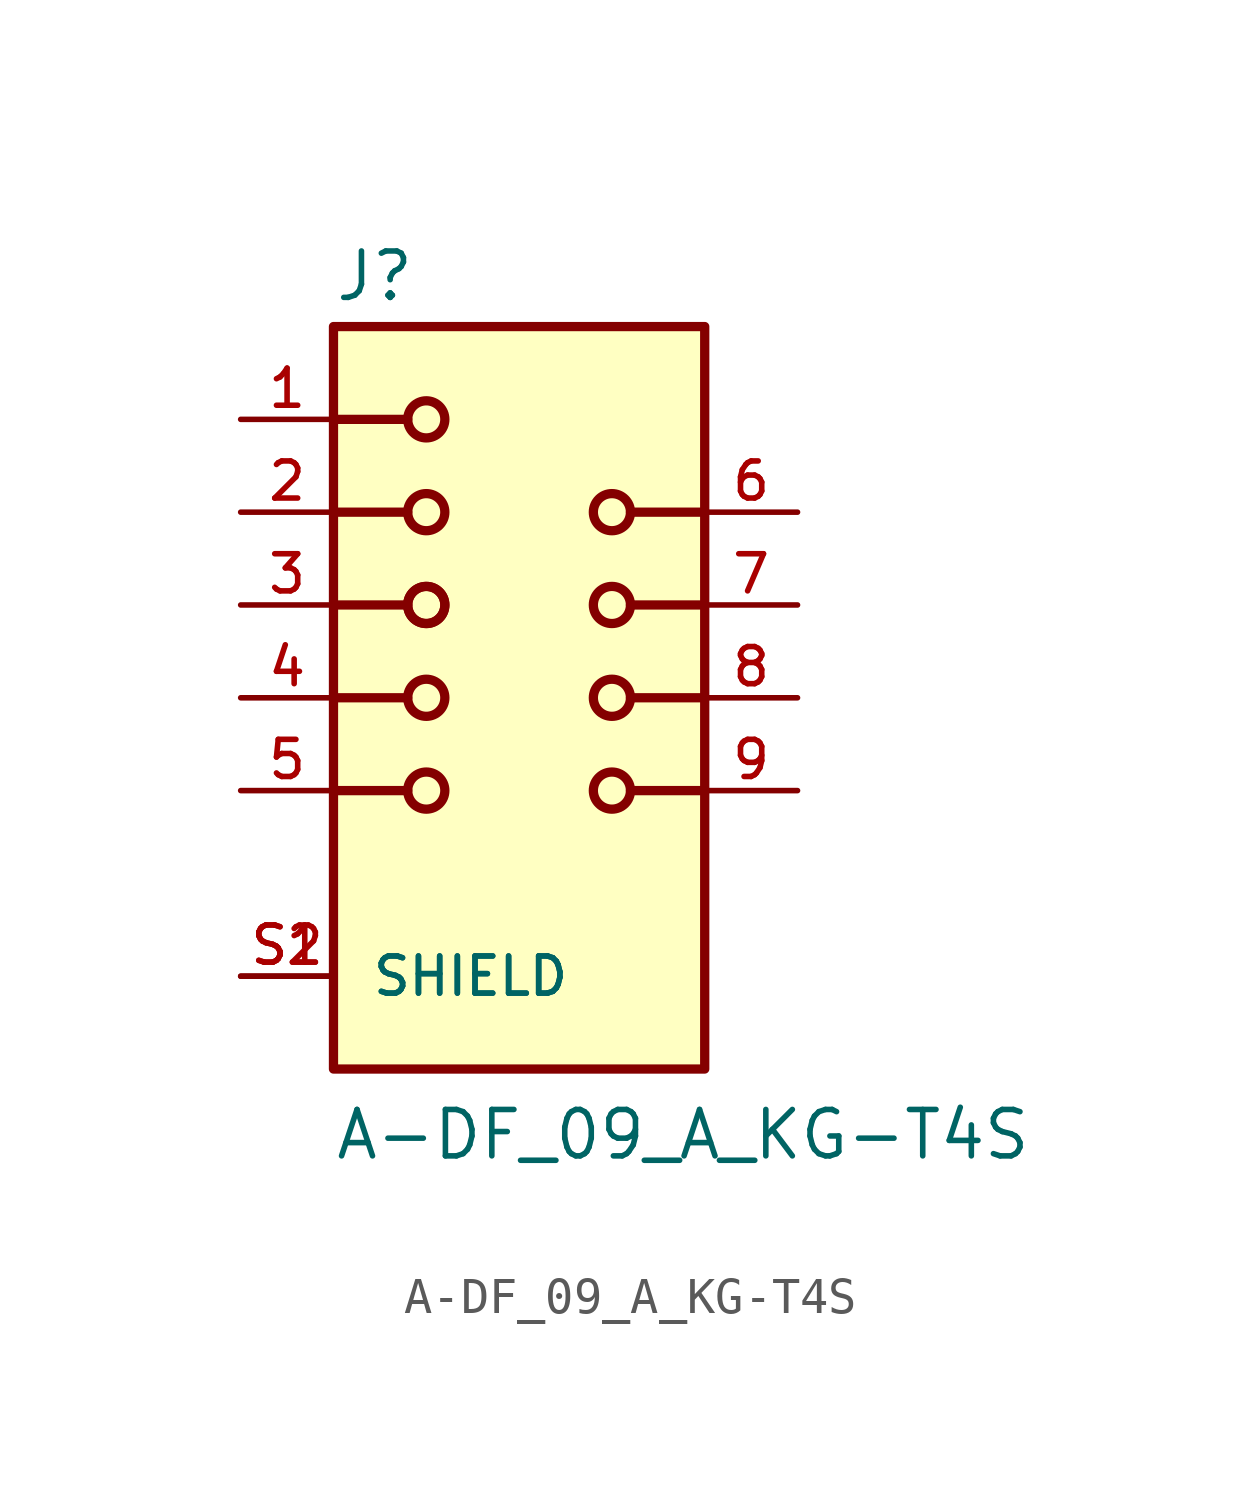
<source format=kicad_sym>
(kicad_symbol_lib
  (version 20211014)
  (generator kicad_symbol_editor)
  (symbol "A-DF_09_A_KG-T4S"
    (pin_names
      (offset 1.016))
    (property "Reference" "J"
      (at -5.08 10.795 0)
      (effects (font (size 1.27 1.27)) (justify bottom left)))
    (property "Value" "A-DF_09_A_KG-T4S"
      (at -5.08 -12.7 0)
      (effects (font (size 1.27 1.27)) (justify bottom left)))
    (symbol "A-DF_09_A_KG-T4S_0_0"
      (circle (center -2.54 7.62) (radius 0.508) (stroke (width 0.254)) (fill (type none)))
      (polyline (pts (xy -5.08 7.62) (xy -3.048 7.62)) (stroke (width 0.254)))
      (circle (center -2.54 5.08) (radius 0.508) (stroke (width 0.254)) (fill (type none)))
      (circle (center -2.54 2.54) (radius 0.508) (stroke (width 0.254)) (fill (type none)))
      (circle (center -2.54 0.0) (radius 0.508) (stroke (width 0.254)) (fill (type none)))
      (circle (center -2.54 -2.54) (radius 0.508) (stroke (width 0.254)) (fill (type none)))
      (circle (center 2.54 5.08) (radius 0.508) (stroke (width 0.254)) (fill (type none)))
      (circle (center 2.54 2.54) (radius 0.508) (stroke (width 0.254)) (fill (type none)))
      (circle (center 2.54 0.0) (radius 0.508) (stroke (width 0.254)) (fill (type none)))
      (circle (center 2.54 -2.54) (radius 0.508) (stroke (width 0.254)) (fill (type none)))
      (polyline (pts (xy -5.08 5.08) (xy -3.048 5.08)) (stroke (width 0.254)))
      (polyline (pts (xy -5.08 2.54) (xy -3.048 2.54)) (stroke (width 0.254)))
      (circle (center -2.54 2.54) (radius 0.508) (stroke (width 0.254)) (fill (type none)))
      (polyline (pts (xy -5.08 0.0) (xy -3.048 0.0)) (stroke (width 0.254)))
      (polyline (pts (xy -5.08 -2.54) (xy -3.048 -2.54)) (stroke (width 0.254)))
      (polyline (pts (xy 5.08 5.08) (xy 3.048 5.08)) (stroke (width 0.254)))
      (polyline (pts (xy 5.08 2.54) (xy 3.048 2.54)) (stroke (width 0.254)))
      (polyline (pts (xy 5.08 0.0) (xy 3.048 0.0)) (stroke (width 0.254)))
      (polyline (pts (xy 5.08 -2.54) (xy 3.048 -2.54)) (stroke (width 0.254)))
      (rectangle (start -5.08 -10.16) (end 5.08 10.16) (stroke (width 0.254)) (fill (type background)))
      (pin passive line (at -7.62 7.62 0) (length 2.54) (name "~" (effects (font (size 1.016 1.016)))) (number "1" (effects (font (size 1.016 1.016)))))
      (pin passive line (at -7.62 5.08 0) (length 2.54) (name "~" (effects (font (size 1.016 1.016)))) (number "2" (effects (font (size 1.016 1.016)))))
      (pin passive line (at -7.62 2.54 0) (length 2.54) (name "~" (effects (font (size 1.016 1.016)))) (number "3" (effects (font (size 1.016 1.016)))))
      (pin passive line (at -7.62 0.0 0) (length 2.54) (name "~" (effects (font (size 1.016 1.016)))) (number "4" (effects (font (size 1.016 1.016)))))
      (pin passive line (at -7.62 -2.54 0) (length 2.54) (name "~" (effects (font (size 1.016 1.016)))) (number "5" (effects (font (size 1.016 1.016)))))
      (pin passive line (at 7.62 5.08 180.0) (length 2.54) (name "~" (effects (font (size 1.016 1.016)))) (number "6" (effects (font (size 1.016 1.016)))))
      (pin passive line (at 7.62 2.54 180.0) (length 2.54) (name "~" (effects (font (size 1.016 1.016)))) (number "7" (effects (font (size 1.016 1.016)))))
      (pin passive line (at 7.62 0.0 180.0) (length 2.54) (name "~" (effects (font (size 1.016 1.016)))) (number "8" (effects (font (size 1.016 1.016)))))
      (pin passive line (at 7.62 -2.54 180.0) (length 2.54) (name "~" (effects (font (size 1.016 1.016)))) (number "9" (effects (font (size 1.016 1.016)))))
      (pin passive line (at -7.62 -7.62 0) (length 2.54) (name "SHIELD" (effects (font (size 1.016 1.016)))) (number "S1" (effects (font (size 1.016 1.016)))))
      (pin passive line (at -7.62 -7.62 0) (length 2.54) (name "SHIELD" (effects (font (size 1.016 1.016)))) (number "S2" (effects (font (size 1.016 1.016))))))))
</source>
